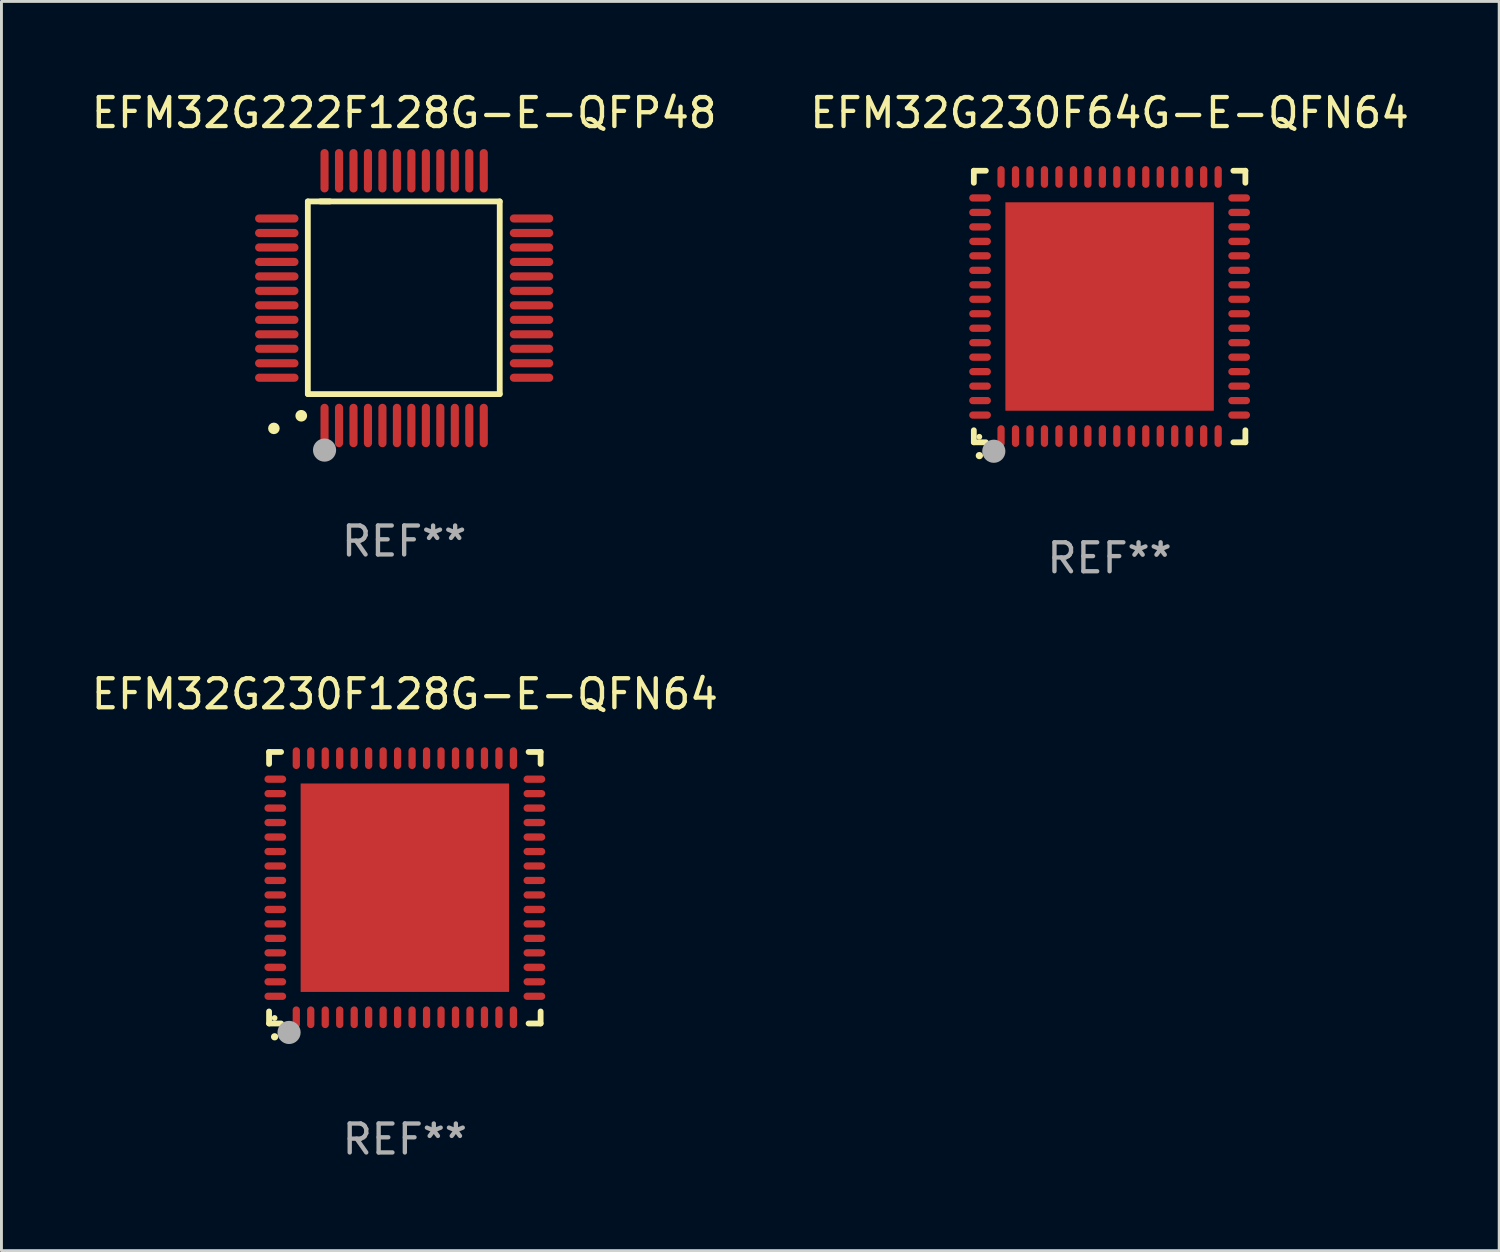
<source format=kicad_pcb>
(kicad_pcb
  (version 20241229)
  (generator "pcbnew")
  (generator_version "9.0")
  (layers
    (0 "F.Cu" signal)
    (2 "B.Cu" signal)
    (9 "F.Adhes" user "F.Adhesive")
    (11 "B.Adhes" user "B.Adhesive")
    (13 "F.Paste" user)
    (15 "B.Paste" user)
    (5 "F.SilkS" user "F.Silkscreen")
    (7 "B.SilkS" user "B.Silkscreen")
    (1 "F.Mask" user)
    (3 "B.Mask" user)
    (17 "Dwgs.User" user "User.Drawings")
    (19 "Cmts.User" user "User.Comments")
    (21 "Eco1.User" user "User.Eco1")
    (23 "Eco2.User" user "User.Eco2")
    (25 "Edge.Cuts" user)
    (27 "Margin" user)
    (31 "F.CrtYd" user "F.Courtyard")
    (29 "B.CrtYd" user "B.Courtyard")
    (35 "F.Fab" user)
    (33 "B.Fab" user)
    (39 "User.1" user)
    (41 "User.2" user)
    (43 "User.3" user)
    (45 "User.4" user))
  (footprint "EFM32G222F128G-E-QFP48"
    (layer "F.Cu")
    (at 10.911 7.248)
    (property "Reference" "EFM32G222F128G-E-QFP48" (at 0 -6.4 0) (layer "F.SilkS") (effects (font (size 1 1) (thickness 0.15))))
    (attr through_hole)
    (fp_line (start -3.327 -3.34) (end -2.565 -3.34) (stroke (width 0.2) (type solid)) (layer "F.SilkS"))
    (fp_line (start -3.327 3.315) (end -3.327 -3.34) (stroke (width 0.2) (type solid)) (layer "F.SilkS"))
    (fp_line (start -2.896 -3.34) (end 3.302 -3.34) (stroke (width 0.2) (type solid)) (layer "F.SilkS"))
    (fp_line (start 3.302 -3.34) (end 3.302 3.315) (stroke (width 0.2) (type solid)) (layer "F.SilkS"))
    (fp_line (start 3.302 3.315) (end -3.327 3.315) (stroke (width 0.2) (type solid)) (layer "F.SilkS"))
    (fp_arc (start -3.556007 4.064008) (mid -3.554737 4.064004) (end -3.553467 4.064008) (stroke (width 0.4) (type solid)) (layer "F.SilkS"))
    (fp_circle (center -4.5 4.5) (end -4.4 4.5) (stroke (width 0.2) (type solid)) (fill no) (layer "F.SilkS"))
    (fp_circle (center -2.75 5.25) (end -2.55 5.25) (stroke (width 0.4) (type solid)) (fill no) (layer "F.Fab"))
    (fp_text user "REF**" (at 0 8.4 0) (layer "F.Fab") (effects (font (size 1 1) (thickness 0.15))))
    (pad "1" smd oval (at -2.75 4.4 180) (size 0.28 1.5) (layers "F.Cu" "F.Mask" "F.Paste"))
    (pad "2" smd oval (at -2.25 4.4 180) (size 0.28 1.5) (layers "F.Cu" "F.Mask" "F.Paste"))
    (pad "3" smd oval (at -1.75 4.4 180) (size 0.28 1.5) (layers "F.Cu" "F.Mask" "F.Paste"))
    (pad "4" smd oval (at -1.25 4.4 180) (size 0.28 1.5) (layers "F.Cu" "F.Mask" "F.Paste"))
    (pad "5" smd oval (at -0.75 4.4 180) (size 0.28 1.5) (layers "F.Cu" "F.Mask" "F.Paste"))
    (pad "6" smd oval (at -0.25 4.4 180) (size 0.28 1.5) (layers "F.Cu" "F.Mask" "F.Paste"))
    (pad "7" smd oval (at 0.25 4.4 180) (size 0.28 1.5) (layers "F.Cu" "F.Mask" "F.Paste"))
    (pad "8" smd oval (at 0.75 4.4 180) (size 0.28 1.5) (layers "F.Cu" "F.Mask" "F.Paste"))
    (pad "9" smd oval (at 1.25 4.4 180) (size 0.28 1.5) (layers "F.Cu" "F.Mask" "F.Paste"))
    (pad "10" smd oval (at 1.75 4.4 180) (size 0.28 1.5) (layers "F.Cu" "F.Mask" "F.Paste"))
    (pad "11" smd oval (at 2.25 4.4 180) (size 0.28 1.5) (layers "F.Cu" "F.Mask" "F.Paste"))
    (pad "12" smd oval (at 2.75 4.4 180) (size 0.28 1.5) (layers "F.Cu" "F.Mask" "F.Paste"))
    (pad "13" smd oval (at 4.4 2.75 90) (size 0.28 1.5) (layers "F.Cu" "F.Mask" "F.Paste"))
    (pad "14" smd oval (at 4.4 2.25 90) (size 0.28 1.5) (layers "F.Cu" "F.Mask" "F.Paste"))
    (pad "15" smd oval (at 4.4 1.75 90) (size 0.28 1.5) (layers "F.Cu" "F.Mask" "F.Paste"))
    (pad "16" smd oval (at 4.4 1.25 90) (size 0.28 1.5) (layers "F.Cu" "F.Mask" "F.Paste"))
    (pad "17" smd oval (at 4.4 0.75 90) (size 0.28 1.5) (layers "F.Cu" "F.Mask" "F.Paste"))
    (pad "18" smd oval (at 4.4 0.25 90) (size 0.28 1.5) (layers "F.Cu" "F.Mask" "F.Paste"))
    (pad "19" smd oval (at 4.4 -0.25 90) (size 0.28 1.5) (layers "F.Cu" "F.Mask" "F.Paste"))
    (pad "20" smd oval (at 4.4 -0.75 90) (size 0.28 1.5) (layers "F.Cu" "F.Mask" "F.Paste"))
    (pad "21" smd oval (at 4.4 -1.25 90) (size 0.28 1.5) (layers "F.Cu" "F.Mask" "F.Paste"))
    (pad "22" smd oval (at 4.4 -1.75 90) (size 0.28 1.5) (layers "F.Cu" "F.Mask" "F.Paste"))
    (pad "23" smd oval (at 4.4 -2.25 90) (size 0.28 1.5) (layers "F.Cu" "F.Mask" "F.Paste"))
    (pad "24" smd oval (at 4.4 -2.75 90) (size 0.28 1.5) (layers "F.Cu" "F.Mask" "F.Paste"))
    (pad "25" smd oval (at 2.75 -4.4 180) (size 0.28 1.5) (layers "F.Cu" "F.Mask" "F.Paste"))
    (pad "26" smd oval (at 2.25 -4.4 180) (size 0.28 1.5) (layers "F.Cu" "F.Mask" "F.Paste"))
    (pad "27" smd oval (at 1.75 -4.4 180) (size 0.28 1.5) (layers "F.Cu" "F.Mask" "F.Paste"))
    (pad "28" smd oval (at 1.25 -4.4 180) (size 0.28 1.5) (layers "F.Cu" "F.Mask" "F.Paste"))
    (pad "29" smd oval (at 0.75 -4.4 180) (size 0.28 1.5) (layers "F.Cu" "F.Mask" "F.Paste"))
    (pad "30" smd oval (at 0.25 -4.4 180) (size 0.28 1.5) (layers "F.Cu" "F.Mask" "F.Paste"))
    (pad "31" smd oval (at -0.25 -4.4 180) (size 0.28 1.5) (layers "F.Cu" "F.Mask" "F.Paste"))
    (pad "32" smd oval (at -0.75 -4.4 180) (size 0.28 1.5) (layers "F.Cu" "F.Mask" "F.Paste"))
    (pad "33" smd oval (at -1.25 -4.4 180) (size 0.28 1.5) (layers "F.Cu" "F.Mask" "F.Paste"))
    (pad "34" smd oval (at -1.75 -4.4 180) (size 0.28 1.5) (layers "F.Cu" "F.Mask" "F.Paste"))
    (pad "35" smd oval (at -2.25 -4.4 180) (size 0.28 1.5) (layers "F.Cu" "F.Mask" "F.Paste"))
    (pad "36" smd oval (at -2.75 -4.4 180) (size 0.28 1.5) (layers "F.Cu" "F.Mask" "F.Paste"))
    (pad "37" smd oval (at -4.4 -2.75 90) (size 0.28 1.5) (layers "F.Cu" "F.Mask" "F.Paste"))
    (pad "38" smd oval (at -4.4 -2.25 90) (size 0.28 1.5) (layers "F.Cu" "F.Mask" "F.Paste"))
    (pad "39" smd oval (at -4.4 -1.75 90) (size 0.28 1.5) (layers "F.Cu" "F.Mask" "F.Paste"))
    (pad "40" smd oval (at -4.4 -1.25 90) (size 0.28 1.5) (layers "F.Cu" "F.Mask" "F.Paste"))
    (pad "41" smd oval (at -4.4 -0.75 90) (size 0.28 1.5) (layers "F.Cu" "F.Mask" "F.Paste"))
    (pad "42" smd oval (at -4.4 -0.25 90) (size 0.28 1.5) (layers "F.Cu" "F.Mask" "F.Paste"))
    (pad "43" smd oval (at -4.4 0.25 90) (size 0.28 1.5) (layers "F.Cu" "F.Mask" "F.Paste"))
    (pad "44" smd oval (at -4.4 0.75 90) (size 0.28 1.5) (layers "F.Cu" "F.Mask" "F.Paste"))
    (pad "45" smd oval (at -4.4 1.25 90) (size 0.28 1.5) (layers "F.Cu" "F.Mask" "F.Paste"))
    (pad "46" smd oval (at -4.4 1.75 90) (size 0.28 1.5) (layers "F.Cu" "F.Mask" "F.Paste"))
    (pad "47" smd oval (at -4.4 2.25 90) (size 0.28 1.5) (layers "F.Cu" "F.Mask" "F.Paste"))
    (pad "48" smd oval (at -4.4 2.75 90) (size 0.28 1.5) (layers "F.Cu" "F.Mask" "F.Paste")))
  (footprint "EFM32G230F128G-E-QFN64"
    (layer "F.Cu")
    (at 10.935 27.615)
    (property "Reference" "EFM32G230F128G-E-QFN64" (at 0 -6.69 0) (layer "F.SilkS") (effects (font (size 1 1) (thickness 0.15))))
    (attr through_hole)
    (fp_line (start -4.69 -4.69) (end -4.275 -4.69) (stroke (width 0.2) (type solid)) (layer "F.SilkS"))
    (fp_line (start -4.69 -4.275) (end -4.69 -4.69) (stroke (width 0.2) (type solid)) (layer "F.SilkS"))
    (fp_line (start -4.69 4.69) (end -4.69 4.275) (stroke (width 0.2) (type solid)) (layer "F.SilkS"))
    (fp_line (start -4.275 4.69) (end -4.69 4.69) (stroke (width 0.2) (type solid)) (layer "F.SilkS"))
    (fp_line (start 4.275 4.69) (end 4.69 4.69) (stroke (width 0.2) (type solid)) (layer "F.SilkS"))
    (fp_line (start 4.69 -4.69) (end 4.275 -4.69) (stroke (width 0.2) (type solid)) (layer "F.SilkS"))
    (fp_line (start 4.69 -4.275) (end 4.69 -4.69) (stroke (width 0.2) (type solid)) (layer "F.SilkS"))
    (fp_line (start 4.69 4.69) (end 4.69 4.275) (stroke (width 0.2) (type solid)) (layer "F.SilkS"))
    (fp_arc (start -4.499886 5.15) (mid -4.498616 5.149994) (end -4.497346 5.15) (stroke (width 0.24892) (type solid)) (layer "F.SilkS"))
    (fp_circle (center -4.5 4.5) (end -4.45 4.5) (stroke (width 0.1) (type solid)) (fill no) (layer "F.SilkS"))
    (fp_circle (center -4 5) (end -3.8 5) (stroke (width 0.4) (type solid)) (fill no) (layer "F.Fab"))
    (fp_text user "REF**" (at 0 8.69 0) (layer "F.Fab") (effects (font (size 1 1) (thickness 0.15))))
    (pad "1" smd oval (at -3.75 4.475) (size 0.25 0.75) (layers "F.Cu" "F.Mask" "F.Paste"))
    (pad "2" smd oval (at -3.25 4.475) (size 0.25 0.75) (layers "F.Cu" "F.Mask" "F.Paste"))
    (pad "3" smd oval (at -2.75 4.475) (size 0.25 0.75) (layers "F.Cu" "F.Mask" "F.Paste"))
    (pad "4" smd oval (at -2.25 4.475) (size 0.25 0.75) (layers "F.Cu" "F.Mask" "F.Paste"))
    (pad "5" smd oval (at -1.75 4.475) (size 0.25 0.75) (layers "F.Cu" "F.Mask" "F.Paste"))
    (pad "6" smd oval (at -1.25 4.475) (size 0.25 0.75) (layers "F.Cu" "F.Mask" "F.Paste"))
    (pad "7" smd oval (at -0.75 4.475) (size 0.25 0.75) (layers "F.Cu" "F.Mask" "F.Paste"))
    (pad "8" smd oval (at -0.25 4.475) (size 0.25 0.75) (layers "F.Cu" "F.Mask" "F.Paste"))
    (pad "9" smd oval (at 0.25 4.475) (size 0.25 0.75) (layers "F.Cu" "F.Mask" "F.Paste"))
    (pad "10" smd oval (at 0.75 4.475) (size 0.25 0.75) (layers "F.Cu" "F.Mask" "F.Paste"))
    (pad "11" smd oval (at 1.25 4.475) (size 0.25 0.75) (layers "F.Cu" "F.Mask" "F.Paste"))
    (pad "12" smd oval (at 1.75 4.475) (size 0.25 0.75) (layers "F.Cu" "F.Mask" "F.Paste"))
    (pad "13" smd oval (at 2.25 4.475) (size 0.25 0.75) (layers "F.Cu" "F.Mask" "F.Paste"))
    (pad "14" smd oval (at 2.75 4.475) (size 0.25 0.75) (layers "F.Cu" "F.Mask" "F.Paste"))
    (pad "15" smd oval (at 3.25 4.475) (size 0.25 0.75) (layers "F.Cu" "F.Mask" "F.Paste"))
    (pad "16" smd oval (at 3.75 4.475) (size 0.25 0.75) (layers "F.Cu" "F.Mask" "F.Paste"))
    (pad "17" smd oval (at 4.475 3.75) (size 0.75 0.25) (layers "F.Cu" "F.Mask" "F.Paste"))
    (pad "18" smd oval (at 4.475 3.25) (size 0.75 0.25) (layers "F.Cu" "F.Mask" "F.Paste"))
    (pad "19" smd oval (at 4.475 2.75) (size 0.75 0.25) (layers "F.Cu" "F.Mask" "F.Paste"))
    (pad "20" smd oval (at 4.475 2.25) (size 0.75 0.25) (layers "F.Cu" "F.Mask" "F.Paste"))
    (pad "21" smd oval (at 4.475 1.75) (size 0.75 0.25) (layers "F.Cu" "F.Mask" "F.Paste"))
    (pad "22" smd oval (at 4.475 1.25) (size 0.75 0.25) (layers "F.Cu" "F.Mask" "F.Paste"))
    (pad "23" smd oval (at 4.475 0.75) (size 0.75 0.25) (layers "F.Cu" "F.Mask" "F.Paste"))
    (pad "24" smd oval (at 4.475 0.25) (size 0.75 0.25) (layers "F.Cu" "F.Mask" "F.Paste"))
    (pad "25" smd oval (at 4.475 -0.25) (size 0.75 0.25) (layers "F.Cu" "F.Mask" "F.Paste"))
    (pad "26" smd oval (at 4.475 -0.75) (size 0.75 0.25) (layers "F.Cu" "F.Mask" "F.Paste"))
    (pad "27" smd oval (at 4.475 -1.25) (size 0.75 0.25) (layers "F.Cu" "F.Mask" "F.Paste"))
    (pad "28" smd oval (at 4.475 -1.75) (size 0.75 0.25) (layers "F.Cu" "F.Mask" "F.Paste"))
    (pad "29" smd oval (at 4.475 -2.25) (size 0.75 0.25) (layers "F.Cu" "F.Mask" "F.Paste"))
    (pad "30" smd oval (at 4.475 -2.75) (size 0.75 0.25) (layers "F.Cu" "F.Mask" "F.Paste"))
    (pad "31" smd oval (at 4.475 -3.25) (size 0.75 0.25) (layers "F.Cu" "F.Mask" "F.Paste"))
    (pad "32" smd oval (at 4.475 -3.75) (size 0.75 0.25) (layers "F.Cu" "F.Mask" "F.Paste"))
    (pad "33" smd oval (at 3.75 -4.475) (size 0.25 0.75) (layers "F.Cu" "F.Mask" "F.Paste"))
    (pad "34" smd oval (at 3.25 -4.475) (size 0.25 0.75) (layers "F.Cu" "F.Mask" "F.Paste"))
    (pad "35" smd oval (at 2.75 -4.475) (size 0.25 0.75) (layers "F.Cu" "F.Mask" "F.Paste"))
    (pad "36" smd oval (at 2.25 -4.475) (size 0.25 0.75) (layers "F.Cu" "F.Mask" "F.Paste"))
    (pad "37" smd oval (at 1.75 -4.475) (size 0.25 0.75) (layers "F.Cu" "F.Mask" "F.Paste"))
    (pad "38" smd oval (at 1.25 -4.475) (size 0.25 0.75) (layers "F.Cu" "F.Mask" "F.Paste"))
    (pad "39" smd oval (at 0.75 -4.475) (size 0.25 0.75) (layers "F.Cu" "F.Mask" "F.Paste"))
    (pad "40" smd oval (at 0.25 -4.475) (size 0.25 0.75) (layers "F.Cu" "F.Mask" "F.Paste"))
    (pad "41" smd oval (at -0.25 -4.475) (size 0.25 0.75) (layers "F.Cu" "F.Mask" "F.Paste"))
    (pad "42" smd oval (at -0.75 -4.475) (size 0.25 0.75) (layers "F.Cu" "F.Mask" "F.Paste"))
    (pad "43" smd oval (at -1.25 -4.475) (size 0.25 0.75) (layers "F.Cu" "F.Mask" "F.Paste"))
    (pad "44" smd oval (at -1.75 -4.475) (size 0.25 0.75) (layers "F.Cu" "F.Mask" "F.Paste"))
    (pad "45" smd oval (at -2.25 -4.475) (size 0.25 0.75) (layers "F.Cu" "F.Mask" "F.Paste"))
    (pad "46" smd oval (at -2.75 -4.475) (size 0.25 0.75) (layers "F.Cu" "F.Mask" "F.Paste"))
    (pad "47" smd oval (at -3.25 -4.475) (size 0.25 0.75) (layers "F.Cu" "F.Mask" "F.Paste"))
    (pad "48" smd oval (at -3.75 -4.475) (size 0.25 0.75) (layers "F.Cu" "F.Mask" "F.Paste"))
    (pad "49" smd oval (at -4.475 -3.75) (size 0.75 0.25) (layers "F.Cu" "F.Mask" "F.Paste"))
    (pad "50" smd oval (at -4.475 -3.25) (size 0.75 0.25) (layers "F.Cu" "F.Mask" "F.Paste"))
    (pad "51" smd oval (at -4.475 -2.75) (size 0.75 0.25) (layers "F.Cu" "F.Mask" "F.Paste"))
    (pad "52" smd oval (at -4.475 -2.25) (size 0.75 0.25) (layers "F.Cu" "F.Mask" "F.Paste"))
    (pad "53" smd oval (at -4.475 -1.75) (size 0.75 0.25) (layers "F.Cu" "F.Mask" "F.Paste"))
    (pad "54" smd oval (at -4.475 -1.25) (size 0.75 0.25) (layers "F.Cu" "F.Mask" "F.Paste"))
    (pad "55" smd oval (at -4.475 -0.75) (size 0.75 0.25) (layers "F.Cu" "F.Mask" "F.Paste"))
    (pad "56" smd oval (at -4.475 -0.25) (size 0.75 0.25) (layers "F.Cu" "F.Mask" "F.Paste"))
    (pad "57" smd oval (at -4.475 0.25) (size 0.75 0.25) (layers "F.Cu" "F.Mask" "F.Paste"))
    (pad "58" smd oval (at -4.475 0.75) (size 0.75 0.25) (layers "F.Cu" "F.Mask" "F.Paste"))
    (pad "59" smd oval (at -4.475 1.25) (size 0.75 0.25) (layers "F.Cu" "F.Mask" "F.Paste"))
    (pad "60" smd oval (at -4.475 1.75) (size 0.75 0.25) (layers "F.Cu" "F.Mask" "F.Paste"))
    (pad "61" smd oval (at -4.475 2.25) (size 0.75 0.25) (layers "F.Cu" "F.Mask" "F.Paste"))
    (pad "62" smd oval (at -4.475 2.75) (size 0.75 0.25) (layers "F.Cu" "F.Mask" "F.Paste"))
    (pad "63" smd oval (at -4.475 3.25) (size 0.75 0.25) (layers "F.Cu" "F.Mask" "F.Paste"))
    (pad "64" smd oval (at -4.475 3.75) (size 0.75 0.25) (layers "F.Cu" "F.Mask" "F.Paste"))
    (pad "65" smd rect (at 0.000368 0.000013) (size 7.2 7.2) (layers "F.Cu" "F.Mask" "F.Paste")))
  (footprint "EFM32G230F64G-E-QFN64"
    (layer "F.Cu")
    (at 35.28 7.538)
    (property "Reference" "EFM32G230F64G-E-QFN64" (at 0 -6.69 0) (layer "F.SilkS") (effects (font (size 1 1) (thickness 0.15))))
    (attr through_hole)
    (fp_line (start -4.69 -4.69) (end -4.275 -4.69) (stroke (width 0.2) (type solid)) (layer "F.SilkS"))
    (fp_line (start -4.69 -4.275) (end -4.69 -4.69) (stroke (width 0.2) (type solid)) (layer "F.SilkS"))
    (fp_line (start -4.69 4.69) (end -4.69 4.275) (stroke (width 0.2) (type solid)) (layer "F.SilkS"))
    (fp_line (start -4.275 4.69) (end -4.69 4.69) (stroke (width 0.2) (type solid)) (layer "F.SilkS"))
    (fp_line (start 4.275 4.69) (end 4.69 4.69) (stroke (width 0.2) (type solid)) (layer "F.SilkS"))
    (fp_line (start 4.69 -4.69) (end 4.275 -4.69) (stroke (width 0.2) (type solid)) (layer "F.SilkS"))
    (fp_line (start 4.69 -4.275) (end 4.69 -4.69) (stroke (width 0.2) (type solid)) (layer "F.SilkS"))
    (fp_line (start 4.69 4.69) (end 4.69 4.275) (stroke (width 0.2) (type solid)) (layer "F.SilkS"))
    (fp_arc (start -4.499886 5.15) (mid -4.498616 5.149994) (end -4.497346 5.15) (stroke (width 0.24892) (type solid)) (layer "F.SilkS"))
    (fp_circle (center -4.5 4.5) (end -4.45 4.5) (stroke (width 0.1) (type solid)) (fill no) (layer "F.SilkS"))
    (fp_circle (center -4 5) (end -3.8 5) (stroke (width 0.4) (type solid)) (fill no) (layer "F.Fab"))
    (fp_text user "REF**" (at 0 8.69 0) (layer "F.Fab") (effects (font (size 1 1) (thickness 0.15))))
    (pad "1" smd oval (at -3.75 4.475) (size 0.25 0.75) (layers "F.Cu" "F.Mask" "F.Paste"))
    (pad "2" smd oval (at -3.25 4.475) (size 0.25 0.75) (layers "F.Cu" "F.Mask" "F.Paste"))
    (pad "3" smd oval (at -2.75 4.475) (size 0.25 0.75) (layers "F.Cu" "F.Mask" "F.Paste"))
    (pad "4" smd oval (at -2.25 4.475) (size 0.25 0.75) (layers "F.Cu" "F.Mask" "F.Paste"))
    (pad "5" smd oval (at -1.75 4.475) (size 0.25 0.75) (layers "F.Cu" "F.Mask" "F.Paste"))
    (pad "6" smd oval (at -1.25 4.475) (size 0.25 0.75) (layers "F.Cu" "F.Mask" "F.Paste"))
    (pad "7" smd oval (at -0.75 4.475) (size 0.25 0.75) (layers "F.Cu" "F.Mask" "F.Paste"))
    (pad "8" smd oval (at -0.25 4.475) (size 0.25 0.75) (layers "F.Cu" "F.Mask" "F.Paste"))
    (pad "9" smd oval (at 0.25 4.475) (size 0.25 0.75) (layers "F.Cu" "F.Mask" "F.Paste"))
    (pad "10" smd oval (at 0.75 4.475) (size 0.25 0.75) (layers "F.Cu" "F.Mask" "F.Paste"))
    (pad "11" smd oval (at 1.25 4.475) (size 0.25 0.75) (layers "F.Cu" "F.Mask" "F.Paste"))
    (pad "12" smd oval (at 1.75 4.475) (size 0.25 0.75) (layers "F.Cu" "F.Mask" "F.Paste"))
    (pad "13" smd oval (at 2.25 4.475) (size 0.25 0.75) (layers "F.Cu" "F.Mask" "F.Paste"))
    (pad "14" smd oval (at 2.75 4.475) (size 0.25 0.75) (layers "F.Cu" "F.Mask" "F.Paste"))
    (pad "15" smd oval (at 3.25 4.475) (size 0.25 0.75) (layers "F.Cu" "F.Mask" "F.Paste"))
    (pad "16" smd oval (at 3.75 4.475) (size 0.25 0.75) (layers "F.Cu" "F.Mask" "F.Paste"))
    (pad "17" smd oval (at 4.475 3.75) (size 0.75 0.25) (layers "F.Cu" "F.Mask" "F.Paste"))
    (pad "18" smd oval (at 4.475 3.25) (size 0.75 0.25) (layers "F.Cu" "F.Mask" "F.Paste"))
    (pad "19" smd oval (at 4.475 2.75) (size 0.75 0.25) (layers "F.Cu" "F.Mask" "F.Paste"))
    (pad "20" smd oval (at 4.475 2.25) (size 0.75 0.25) (layers "F.Cu" "F.Mask" "F.Paste"))
    (pad "21" smd oval (at 4.475 1.75) (size 0.75 0.25) (layers "F.Cu" "F.Mask" "F.Paste"))
    (pad "22" smd oval (at 4.475 1.25) (size 0.75 0.25) (layers "F.Cu" "F.Mask" "F.Paste"))
    (pad "23" smd oval (at 4.475 0.75) (size 0.75 0.25) (layers "F.Cu" "F.Mask" "F.Paste"))
    (pad "24" smd oval (at 4.475 0.25) (size 0.75 0.25) (layers "F.Cu" "F.Mask" "F.Paste"))
    (pad "25" smd oval (at 4.475 -0.25) (size 0.75 0.25) (layers "F.Cu" "F.Mask" "F.Paste"))
    (pad "26" smd oval (at 4.475 -0.75) (size 0.75 0.25) (layers "F.Cu" "F.Mask" "F.Paste"))
    (pad "27" smd oval (at 4.475 -1.25) (size 0.75 0.25) (layers "F.Cu" "F.Mask" "F.Paste"))
    (pad "28" smd oval (at 4.475 -1.75) (size 0.75 0.25) (layers "F.Cu" "F.Mask" "F.Paste"))
    (pad "29" smd oval (at 4.475 -2.25) (size 0.75 0.25) (layers "F.Cu" "F.Mask" "F.Paste"))
    (pad "30" smd oval (at 4.475 -2.75) (size 0.75 0.25) (layers "F.Cu" "F.Mask" "F.Paste"))
    (pad "31" smd oval (at 4.475 -3.25) (size 0.75 0.25) (layers "F.Cu" "F.Mask" "F.Paste"))
    (pad "32" smd oval (at 4.475 -3.75) (size 0.75 0.25) (layers "F.Cu" "F.Mask" "F.Paste"))
    (pad "33" smd oval (at 3.75 -4.475) (size 0.25 0.75) (layers "F.Cu" "F.Mask" "F.Paste"))
    (pad "34" smd oval (at 3.25 -4.475) (size 0.25 0.75) (layers "F.Cu" "F.Mask" "F.Paste"))
    (pad "35" smd oval (at 2.75 -4.475) (size 0.25 0.75) (layers "F.Cu" "F.Mask" "F.Paste"))
    (pad "36" smd oval (at 2.25 -4.475) (size 0.25 0.75) (layers "F.Cu" "F.Mask" "F.Paste"))
    (pad "37" smd oval (at 1.75 -4.475) (size 0.25 0.75) (layers "F.Cu" "F.Mask" "F.Paste"))
    (pad "38" smd oval (at 1.25 -4.475) (size 0.25 0.75) (layers "F.Cu" "F.Mask" "F.Paste"))
    (pad "39" smd oval (at 0.75 -4.475) (size 0.25 0.75) (layers "F.Cu" "F.Mask" "F.Paste"))
    (pad "40" smd oval (at 0.25 -4.475) (size 0.25 0.75) (layers "F.Cu" "F.Mask" "F.Paste"))
    (pad "41" smd oval (at -0.25 -4.475) (size 0.25 0.75) (layers "F.Cu" "F.Mask" "F.Paste"))
    (pad "42" smd oval (at -0.75 -4.475) (size 0.25 0.75) (layers "F.Cu" "F.Mask" "F.Paste"))
    (pad "43" smd oval (at -1.25 -4.475) (size 0.25 0.75) (layers "F.Cu" "F.Mask" "F.Paste"))
    (pad "44" smd oval (at -1.75 -4.475) (size 0.25 0.75) (layers "F.Cu" "F.Mask" "F.Paste"))
    (pad "45" smd oval (at -2.25 -4.475) (size 0.25 0.75) (layers "F.Cu" "F.Mask" "F.Paste"))
    (pad "46" smd oval (at -2.75 -4.475) (size 0.25 0.75) (layers "F.Cu" "F.Mask" "F.Paste"))
    (pad "47" smd oval (at -3.25 -4.475) (size 0.25 0.75) (layers "F.Cu" "F.Mask" "F.Paste"))
    (pad "48" smd oval (at -3.75 -4.475) (size 0.25 0.75) (layers "F.Cu" "F.Mask" "F.Paste"))
    (pad "49" smd oval (at -4.475 -3.75) (size 0.75 0.25) (layers "F.Cu" "F.Mask" "F.Paste"))
    (pad "50" smd oval (at -4.475 -3.25) (size 0.75 0.25) (layers "F.Cu" "F.Mask" "F.Paste"))
    (pad "51" smd oval (at -4.475 -2.75) (size 0.75 0.25) (layers "F.Cu" "F.Mask" "F.Paste"))
    (pad "52" smd oval (at -4.475 -2.25) (size 0.75 0.25) (layers "F.Cu" "F.Mask" "F.Paste"))
    (pad "53" smd oval (at -4.475 -1.75) (size 0.75 0.25) (layers "F.Cu" "F.Mask" "F.Paste"))
    (pad "54" smd oval (at -4.475 -1.25) (size 0.75 0.25) (layers "F.Cu" "F.Mask" "F.Paste"))
    (pad "55" smd oval (at -4.475 -0.75) (size 0.75 0.25) (layers "F.Cu" "F.Mask" "F.Paste"))
    (pad "56" smd oval (at -4.475 -0.25) (size 0.75 0.25) (layers "F.Cu" "F.Mask" "F.Paste"))
    (pad "57" smd oval (at -4.475 0.25) (size 0.75 0.25) (layers "F.Cu" "F.Mask" "F.Paste"))
    (pad "58" smd oval (at -4.475 0.75) (size 0.75 0.25) (layers "F.Cu" "F.Mask" "F.Paste"))
    (pad "59" smd oval (at -4.475 1.25) (size 0.75 0.25) (layers "F.Cu" "F.Mask" "F.Paste"))
    (pad "60" smd oval (at -4.475 1.75) (size 0.75 0.25) (layers "F.Cu" "F.Mask" "F.Paste"))
    (pad "61" smd oval (at -4.475 2.25) (size 0.75 0.25) (layers "F.Cu" "F.Mask" "F.Paste"))
    (pad "62" smd oval (at -4.475 2.75) (size 0.75 0.25) (layers "F.Cu" "F.Mask" "F.Paste"))
    (pad "63" smd oval (at -4.475 3.25) (size 0.75 0.25) (layers "F.Cu" "F.Mask" "F.Paste"))
    (pad "64" smd oval (at -4.475 3.75) (size 0.75 0.25) (layers "F.Cu" "F.Mask" "F.Paste"))
    (pad "65" smd rect (at 0.000368 0.000013) (size 7.2 7.2) (layers "F.Cu" "F.Mask" "F.Paste")))
  (gr_rect
    (start -3 -3)
    (end 48.738 40.153)
    (stroke (width 0.1) (type default))
    (fill no)
    (layer "Edge.Cuts")))
</source>
